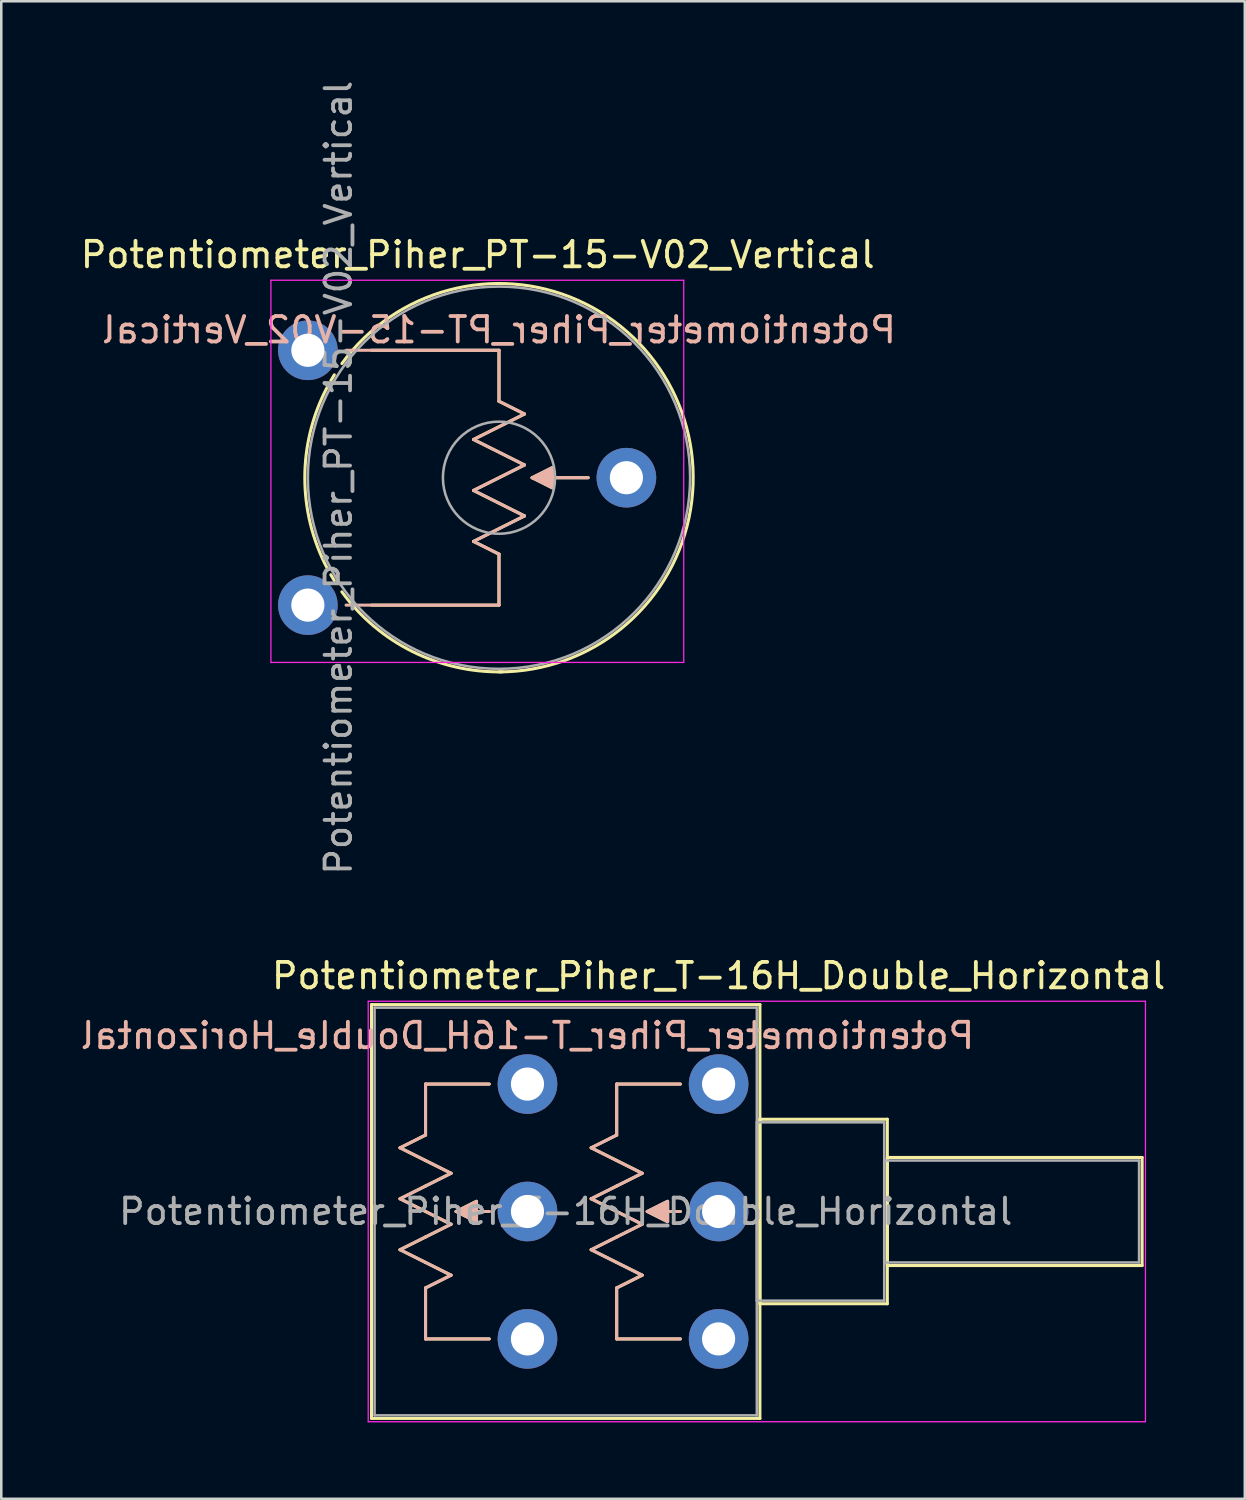
<source format=kicad_pcb>
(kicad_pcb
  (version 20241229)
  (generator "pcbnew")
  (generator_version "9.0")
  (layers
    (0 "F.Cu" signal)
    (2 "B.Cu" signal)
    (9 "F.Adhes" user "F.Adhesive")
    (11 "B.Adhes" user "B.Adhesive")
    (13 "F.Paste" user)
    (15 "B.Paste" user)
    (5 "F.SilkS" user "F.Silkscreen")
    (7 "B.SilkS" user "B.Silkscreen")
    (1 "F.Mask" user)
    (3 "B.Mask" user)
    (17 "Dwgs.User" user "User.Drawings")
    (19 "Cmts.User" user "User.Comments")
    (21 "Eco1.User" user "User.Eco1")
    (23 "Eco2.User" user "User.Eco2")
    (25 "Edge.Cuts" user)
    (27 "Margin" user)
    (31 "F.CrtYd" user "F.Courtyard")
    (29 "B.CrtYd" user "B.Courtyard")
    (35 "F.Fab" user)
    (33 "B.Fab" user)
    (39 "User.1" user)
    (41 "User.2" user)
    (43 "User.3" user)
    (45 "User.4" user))
  (footprint "Potentiometer_Piher_T-16H_Double_Horizontal"
    (layer "F.Cu")
    (at 25.149 49.491)
    (property "Reference" "Potentiometer_Piher_T-16H_Double_Horizontal" (at 0 -14.25 0) (layer "F.SilkS") (effects (font (size 1 1) (thickness 0.15))))
    (attr through_hole)
    (fp_line (start -13.62 -13.12) (end -13.62 3.12) (stroke (width 0.12) (type solid)) (layer "F.SilkS"))
    (fp_line (start -13.62 -13.12) (end 1.621 -13.12) (stroke (width 0.12) (type solid)) (layer "F.SilkS"))
    (fp_line (start -13.62 3.12) (end 1.621 3.12) (stroke (width 0.12) (type solid)) (layer "F.SilkS"))
    (fp_line (start -12.5 -7.5) (end -11.5 -7) (stroke (width 0.12) (type solid)) (layer "F.SilkS"))
    (fp_line (start -12.5 -5.5) (end -11.5 -5) (stroke (width 0.12) (type solid)) (layer "F.SilkS"))
    (fp_line (start -12.5 -3.5) (end -11.5 -3) (stroke (width 0.12) (type solid)) (layer "F.SilkS"))
    (fp_line (start -11.5 -10) (end -11.5 -8) (stroke (width 0.12) (type solid)) (layer "F.SilkS"))
    (fp_line (start -11.5 -8) (end -12.5 -7.5) (stroke (width 0.12) (type solid)) (layer "F.SilkS"))
    (fp_line (start -11.5 -7) (end -10.5 -6.5) (stroke (width 0.12) (type solid)) (layer "F.SilkS"))
    (fp_line (start -11.5 -6) (end -12.5 -5.5) (stroke (width 0.12) (type solid)) (layer "F.SilkS"))
    (fp_line (start -11.5 -5) (end -10.5 -4.5) (stroke (width 0.12) (type solid)) (layer "F.SilkS"))
    (fp_line (start -11.5 -4) (end -12.5 -3.5) (stroke (width 0.12) (type solid)) (layer "F.SilkS"))
    (fp_line (start -11.5 -3) (end -10.5 -2.5) (stroke (width 0.12) (type solid)) (layer "F.SilkS"))
    (fp_line (start -11.5 -2) (end -11.5 0) (stroke (width 0.12) (type solid)) (layer "F.SilkS"))
    (fp_line (start -11.5 0) (end -9 0) (stroke (width 0.12) (type solid)) (layer "F.SilkS"))
    (fp_line (start -10.5 -6.5) (end -11.5 -6) (stroke (width 0.12) (type solid)) (layer "F.SilkS"))
    (fp_line (start -10.5 -4.5) (end -11.5 -4) (stroke (width 0.12) (type solid)) (layer "F.SilkS"))
    (fp_line (start -10.5 -2.5) (end -11.5 -2) (stroke (width 0.12) (type solid)) (layer "F.SilkS"))
    (fp_line (start -10.3 -5) (end -9 -5) (stroke (width 0.12) (type solid)) (layer "F.SilkS"))
    (fp_line (start -9 -10) (end -11.5 -10) (stroke (width 0.12) (type solid)) (layer "F.SilkS"))
    (fp_line (start -5 -7.5) (end -4 -7) (stroke (width 0.12) (type solid)) (layer "F.SilkS"))
    (fp_line (start -5 -5.5) (end -4 -5) (stroke (width 0.12) (type solid)) (layer "F.SilkS"))
    (fp_line (start -5 -3.5) (end -4 -3) (stroke (width 0.12) (type solid)) (layer "F.SilkS"))
    (fp_line (start -4 -10) (end -4 -8) (stroke (width 0.12) (type solid)) (layer "F.SilkS"))
    (fp_line (start -4 -8) (end -5 -7.5) (stroke (width 0.12) (type solid)) (layer "F.SilkS"))
    (fp_line (start -4 -7) (end -3 -6.5) (stroke (width 0.12) (type solid)) (layer "F.SilkS"))
    (fp_line (start -4 -6) (end -5 -5.5) (stroke (width 0.12) (type solid)) (layer "F.SilkS"))
    (fp_line (start -4 -5) (end -3 -4.5) (stroke (width 0.12) (type solid)) (layer "F.SilkS"))
    (fp_line (start -4 -4) (end -5 -3.5) (stroke (width 0.12) (type solid)) (layer "F.SilkS"))
    (fp_line (start -4 -3) (end -3 -2.5) (stroke (width 0.12) (type solid)) (layer "F.SilkS"))
    (fp_line (start -4 -2) (end -4 0) (stroke (width 0.12) (type solid)) (layer "F.SilkS"))
    (fp_line (start -4 0) (end -1.5 0) (stroke (width 0.12) (type solid)) (layer "F.SilkS"))
    (fp_line (start -3 -6.5) (end -4 -6) (stroke (width 0.12) (type solid)) (layer "F.SilkS"))
    (fp_line (start -3 -4.5) (end -4 -4) (stroke (width 0.12) (type solid)) (layer "F.SilkS"))
    (fp_line (start -3 -2.5) (end -4 -2) (stroke (width 0.12) (type solid)) (layer "F.SilkS"))
    (fp_line (start -2.8 -5) (end -1.5 -5) (stroke (width 0.12) (type solid)) (layer "F.SilkS"))
    (fp_line (start -1.5 -10) (end -4 -10) (stroke (width 0.12) (type solid)) (layer "F.SilkS"))
    (fp_line (start 1.621 -13.12) (end 1.621 3.12) (stroke (width 0.12) (type solid)) (layer "F.SilkS"))
    (fp_line (start 1.621 -8.62) (end 1.621 -1.38) (stroke (width 0.12) (type solid)) (layer "F.SilkS"))
    (fp_line (start 1.621 -8.62) (end 6.621 -8.62) (stroke (width 0.12) (type solid)) (layer "F.SilkS"))
    (fp_line (start 1.621 -1.38) (end 6.621 -1.38) (stroke (width 0.12) (type solid)) (layer "F.SilkS"))
    (fp_line (start 6.621 -8.62) (end 6.621 -1.38) (stroke (width 0.12) (type solid)) (layer "F.SilkS"))
    (fp_line (start 6.621 -7.12) (end 6.621 -2.88) (stroke (width 0.12) (type solid)) (layer "F.SilkS"))
    (fp_line (start 6.621 -7.12) (end 16.62 -7.12) (stroke (width 0.12) (type solid)) (layer "F.SilkS"))
    (fp_line (start 6.621 -2.88) (end 16.62 -2.88) (stroke (width 0.12) (type solid)) (layer "F.SilkS"))
    (fp_line (start 16.62 -7.12) (end 16.62 -2.88) (stroke (width 0.12) (type solid)) (layer "F.SilkS"))
    (fp_poly (pts (xy -9.5 -4.6) (xy -10.3 -5) (xy -9.5 -5.4)) (stroke (width 0.12) (type solid)) (fill yes) (layer "F.SilkS"))
    (fp_poly (pts (xy -2 -4.6) (xy -2.8 -5) (xy -2 -5.4)) (stroke (width 0.12) (type solid)) (fill yes) (layer "F.SilkS"))
    (fp_line (start -12.5 -7.5) (end -10.5 -6.5) (stroke (width 0.12) (type solid)) (layer "B.SilkS"))
    (fp_line (start -12.5 -5.5) (end -10.5 -4.5) (stroke (width 0.12) (type solid)) (layer "B.SilkS"))
    (fp_line (start -12.5 -3.5) (end -10.5 -2.5) (stroke (width 0.12) (type solid)) (layer "B.SilkS"))
    (fp_line (start -11.5 -10) (end -11.5 -8) (stroke (width 0.12) (type solid)) (layer "B.SilkS"))
    (fp_line (start -11.5 -8) (end -12.5 -7.5) (stroke (width 0.12) (type solid)) (layer "B.SilkS"))
    (fp_line (start -11.5 -2) (end -11.5 0) (stroke (width 0.12) (type solid)) (layer "B.SilkS"))
    (fp_line (start -11.5 0) (end -9 0) (stroke (width 0.12) (type solid)) (layer "B.SilkS"))
    (fp_line (start -10.5 -6.5) (end -12.5 -5.5) (stroke (width 0.12) (type solid)) (layer "B.SilkS"))
    (fp_line (start -10.5 -4.5) (end -12.5 -3.5) (stroke (width 0.12) (type solid)) (layer "B.SilkS"))
    (fp_line (start -10.5 -2.5) (end -11.5 -2) (stroke (width 0.12) (type solid)) (layer "B.SilkS"))
    (fp_line (start -9 -10) (end -11.5 -10) (stroke (width 0.12) (type solid)) (layer "B.SilkS"))
    (fp_line (start -9 -5) (end -10.3 -5) (stroke (width 0.12) (type solid)) (layer "B.SilkS"))
    (fp_line (start -5 -7.5) (end -3 -6.5) (stroke (width 0.12) (type solid)) (layer "B.SilkS"))
    (fp_line (start -5 -5.5) (end -3 -4.5) (stroke (width 0.12) (type solid)) (layer "B.SilkS"))
    (fp_line (start -5 -3.5) (end -3 -2.5) (stroke (width 0.12) (type solid)) (layer "B.SilkS"))
    (fp_line (start -4 -10) (end -4 -8) (stroke (width 0.12) (type solid)) (layer "B.SilkS"))
    (fp_line (start -4 -8) (end -5 -7.5) (stroke (width 0.12) (type solid)) (layer "B.SilkS"))
    (fp_line (start -4 -2) (end -4 0) (stroke (width 0.12) (type solid)) (layer "B.SilkS"))
    (fp_line (start -4 0) (end -1.5 0) (stroke (width 0.12) (type solid)) (layer "B.SilkS"))
    (fp_line (start -3 -6.5) (end -5 -5.5) (stroke (width 0.12) (type solid)) (layer "B.SilkS"))
    (fp_line (start -3 -4.5) (end -5 -3.5) (stroke (width 0.12) (type solid)) (layer "B.SilkS"))
    (fp_line (start -3 -2.5) (end -4 -2) (stroke (width 0.12) (type solid)) (layer "B.SilkS"))
    (fp_line (start -1.5 -10) (end -4 -10) (stroke (width 0.12) (type solid)) (layer "B.SilkS"))
    (fp_line (start -1.5 -5) (end -2.8 -5) (stroke (width 0.12) (type solid)) (layer "B.SilkS"))
    (fp_poly (pts (xy -9.5 -4.6) (xy -10.3 -5) (xy -9.5 -5.4)) (stroke (width 0.12) (type solid)) (fill yes) (layer "B.SilkS"))
    (fp_poly (pts (xy -2 -4.6) (xy -2.8 -5) (xy -2 -5.4)) (stroke (width 0.12) (type solid)) (fill yes) (layer "B.SilkS"))
    (fp_line (start -13.75 -13.25) (end -13.75 3.25) (stroke (width 0.05) (type solid)) (layer "F.CrtYd"))
    (fp_line (start -13.75 3.25) (end 16.75 3.25) (stroke (width 0.05) (type solid)) (layer "F.CrtYd"))
    (fp_line (start 16.75 -13.25) (end -13.75 -13.25) (stroke (width 0.05) (type solid)) (layer "F.CrtYd"))
    (fp_line (start 16.75 3.25) (end 16.75 -13.25) (stroke (width 0.05) (type solid)) (layer "F.CrtYd"))
    (fp_line (start -13.5 -13) (end -13.5 3) (stroke (width 0.1) (type solid)) (layer "F.Fab"))
    (fp_line (start -13.5 3) (end 1.5 3) (stroke (width 0.1) (type solid)) (layer "F.Fab"))
    (fp_line (start 1.5 -13) (end -13.5 -13) (stroke (width 0.1) (type solid)) (layer "F.Fab"))
    (fp_line (start 1.5 -8.5) (end 1.5 -1.5) (stroke (width 0.1) (type solid)) (layer "F.Fab"))
    (fp_line (start 1.5 -1.5) (end 6.5 -1.5) (stroke (width 0.1) (type solid)) (layer "F.Fab"))
    (fp_line (start 1.5 3) (end 1.5 -13) (stroke (width 0.1) (type solid)) (layer "F.Fab"))
    (fp_line (start 6.5 -8.5) (end 1.5 -8.5) (stroke (width 0.1) (type solid)) (layer "F.Fab"))
    (fp_line (start 6.5 -7) (end 6.5 -3) (stroke (width 0.1) (type solid)) (layer "F.Fab"))
    (fp_line (start 6.5 -3) (end 16.5 -3) (stroke (width 0.1) (type solid)) (layer "F.Fab"))
    (fp_line (start 6.5 -1.5) (end 6.5 -8.5) (stroke (width 0.1) (type solid)) (layer "F.Fab"))
    (fp_line (start 16.5 -7) (end 6.5 -7) (stroke (width 0.1) (type solid)) (layer "F.Fab"))
    (fp_line (start 16.5 -3) (end 16.5 -7) (stroke (width 0.1) (type solid)) (layer "F.Fab"))
    (fp_text user "${REFERENCE}" (at -7.5 -11.9 0) (unlocked yes) (layer "B.SilkS") (effects (font (size 1 1) (thickness 0.15)) (justify mirror)))
    (fp_text user "${REFERENCE}" (at -6 -5 0) (layer "F.Fab") (effects (font (size 1 1) (thickness 0.15))))
    (pad "1" thru_hole circle (at 0 0) (size 2.34 2.34) (drill 1.3) (layers "*.Cu" "*.Mask"))
    (pad "2" thru_hole circle (at 0 -5) (size 2.34 2.34) (drill 1.3) (layers "*.Cu" "*.Mask"))
    (pad "3" thru_hole circle (at 0 -10) (size 2.34 2.34) (drill 1.3) (layers "*.Cu" "*.Mask"))
    (pad "4" thru_hole circle (at -7.5 0) (size 2.34 2.34) (drill 1.3) (layers "*.Cu" "*.Mask"))
    (pad "5" thru_hole circle (at -7.5 -5) (size 2.34 2.34) (drill 1.3) (layers "*.Cu" "*.Mask"))
    (pad "6" thru_hole circle (at -7.5 -10) (size 2.34 2.34) (drill 1.3) (layers "*.Cu" "*.Mask")))
  (footprint "Potentiometer_Piher_PT-15-V02_Vertical"
    (layer "F.Cu")
    (at 9.031 20.696)
    (property "Reference" "Potentiometer_Piher_PT-15-V02_Vertical" (at 6.665 -13.75 0) (layer "F.SilkS") (effects (font (size 1 1) (thickness 0.15))))
    (attr through_hole)
    (fp_line (start 2.5 -10) (end 7.5 -10) (stroke (width 0.12) (type solid)) (layer "F.SilkS"))
    (fp_line (start 6.5 -6.5) (end 8.5 -5.5) (stroke (width 0.12) (type solid)) (layer "F.SilkS"))
    (fp_line (start 6.5 -4.5) (end 8.5 -3.5) (stroke (width 0.12) (type solid)) (layer "F.SilkS"))
    (fp_line (start 6.5 -2.5) (end 7.5 -2) (stroke (width 0.12) (type solid)) (layer "F.SilkS"))
    (fp_line (start 7.5 -10) (end 7.5 -8) (stroke (width 0.12) (type solid)) (layer "F.SilkS"))
    (fp_line (start 7.5 -8) (end 8.5 -7.5) (stroke (width 0.12) (type solid)) (layer "F.SilkS"))
    (fp_line (start 7.5 -2) (end 7.5 0) (stroke (width 0.12) (type solid)) (layer "F.SilkS"))
    (fp_line (start 7.5 0) (end 2.5 0) (stroke (width 0.12) (type solid)) (layer "F.SilkS"))
    (fp_line (start 8.5 -7.5) (end 6.5 -6.5) (stroke (width 0.12) (type solid)) (layer "F.SilkS"))
    (fp_line (start 8.5 -5.5) (end 6.5 -4.5) (stroke (width 0.12) (type solid)) (layer "F.SilkS"))
    (fp_line (start 8.5 -3.5) (end 6.5 -2.5) (stroke (width 0.12) (type solid)) (layer "F.SilkS"))
    (fp_line (start 8.8 -5) (end 11 -5) (stroke (width 0.12) (type solid)) (layer "F.SilkS"))
    (fp_arc (start 0.772013 -1.423856) (mid -0.119358 -5.001051) (end 0.773 -8.578) (stroke (width 0.12) (type solid)) (layer "F.SilkS"))
    (fp_arc (start 0.902012 -8.810055) (mid 0.969511 -8.924625) (end 1.039 -9.038) (stroke (width 0.12) (type solid)) (layer "F.SilkS"))
    (fp_arc (start 1.037952 -0.963019) (mid 0.968481 -1.076412) (end 0.901 -1.191) (stroke (width 0.12) (type solid)) (layer "F.SilkS"))
    (fp_arc (start 1.335291 -9.478924) (mid 14.28947 -8.459407) (end 7.5 2.62) (stroke (width 0.12) (type solid)) (layer "F.SilkS"))
    (fp_arc (start 7.632064 2.618548) (mid 4.099288 1.818715) (end 1.335 -0.522) (stroke (width 0.12) (type solid)) (layer "F.SilkS"))
    (fp_poly (pts (xy 9.6 -4.6) (xy 8.8 -5) (xy 9.6 -5.4)) (stroke (width 0.12) (type solid)) (fill yes) (layer "F.SilkS"))
    (fp_line (start 1.5 -10) (end 7.5 -10) (stroke (width 0.12) (type solid)) (layer "B.SilkS"))
    (fp_line (start 6.5 -6.5) (end 8.5 -5.5) (stroke (width 0.12) (type solid)) (layer "B.SilkS"))
    (fp_line (start 6.5 -4.5) (end 8.5 -3.5) (stroke (width 0.12) (type solid)) (layer "B.SilkS"))
    (fp_line (start 6.5 -2.5) (end 7.5 -2) (stroke (width 0.12) (type solid)) (layer "B.SilkS"))
    (fp_line (start 7.5 -10) (end 7.5 -8) (stroke (width 0.12) (type solid)) (layer "B.SilkS"))
    (fp_line (start 7.5 -8) (end 8.5 -7.5) (stroke (width 0.12) (type solid)) (layer "B.SilkS"))
    (fp_line (start 7.5 -2) (end 7.5 0) (stroke (width 0.12) (type solid)) (layer "B.SilkS"))
    (fp_line (start 7.5 0) (end 1.5 0) (stroke (width 0.12) (type solid)) (layer "B.SilkS"))
    (fp_line (start 8.5 -7.5) (end 6.5 -6.5) (stroke (width 0.12) (type solid)) (layer "B.SilkS"))
    (fp_line (start 8.5 -5.5) (end 6.5 -4.5) (stroke (width 0.12) (type solid)) (layer "B.SilkS"))
    (fp_line (start 8.5 -3.5) (end 6.5 -2.5) (stroke (width 0.12) (type solid)) (layer "B.SilkS"))
    (fp_line (start 11 -5) (end 8.8 -5) (stroke (width 0.12) (type solid)) (layer "B.SilkS"))
    (fp_poly (pts (xy 9.6 -4.6) (xy 8.8 -5) (xy 9.6 -5.4)) (stroke (width 0.12) (type solid)) (fill yes) (layer "B.SilkS"))
    (fp_line (start -1.45 -12.75) (end -1.45 2.25) (stroke (width 0.05) (type solid)) (layer "F.CrtYd"))
    (fp_line (start -1.45 2.25) (end 14.75 2.25) (stroke (width 0.05) (type solid)) (layer "F.CrtYd"))
    (fp_line (start 14.75 -12.75) (end -1.45 -12.75) (stroke (width 0.05) (type solid)) (layer "F.CrtYd"))
    (fp_line (start 14.75 2.25) (end 14.75 -12.75) (stroke (width 0.05) (type solid)) (layer "F.CrtYd"))
    (fp_circle (center 7.5 -5) (end 9.7 -5) (stroke (width 0.1) (type solid)) (fill no) (layer "F.Fab"))
    (fp_circle (center 7.5 -5) (end 15 -5) (stroke (width 0.1) (type solid)) (fill no) (layer "F.Fab"))
    (fp_text user "${REFERENCE}" (at 7.5 -10.8 0) (unlocked yes) (layer "B.SilkS") (effects (font (size 1 1) (thickness 0.15)) (justify mirror)))
    (fp_text user "${REFERENCE}" (at 1.2 -5 90) (layer "F.Fab") (effects (font (size 1 1) (thickness 0.15))))
    (pad "1" thru_hole circle (at 0 0) (size 2.34 2.34) (drill 1.3) (layers "*.Cu" "*.Mask"))
    (pad "2" thru_hole circle (at 12.5 -5) (size 2.34 2.34) (drill 1.3) (layers "*.Cu" "*.Mask"))
    (pad "3" thru_hole circle (at 0 -10) (size 2.34 2.34) (drill 1.3) (layers "*.Cu" "*.Mask")))
  (gr_rect
    (start -3 -3)
    (end 45.798 55.766)
    (stroke (width 0.1) (type default))
    (fill no)
    (layer "Edge.Cuts")))
</source>
